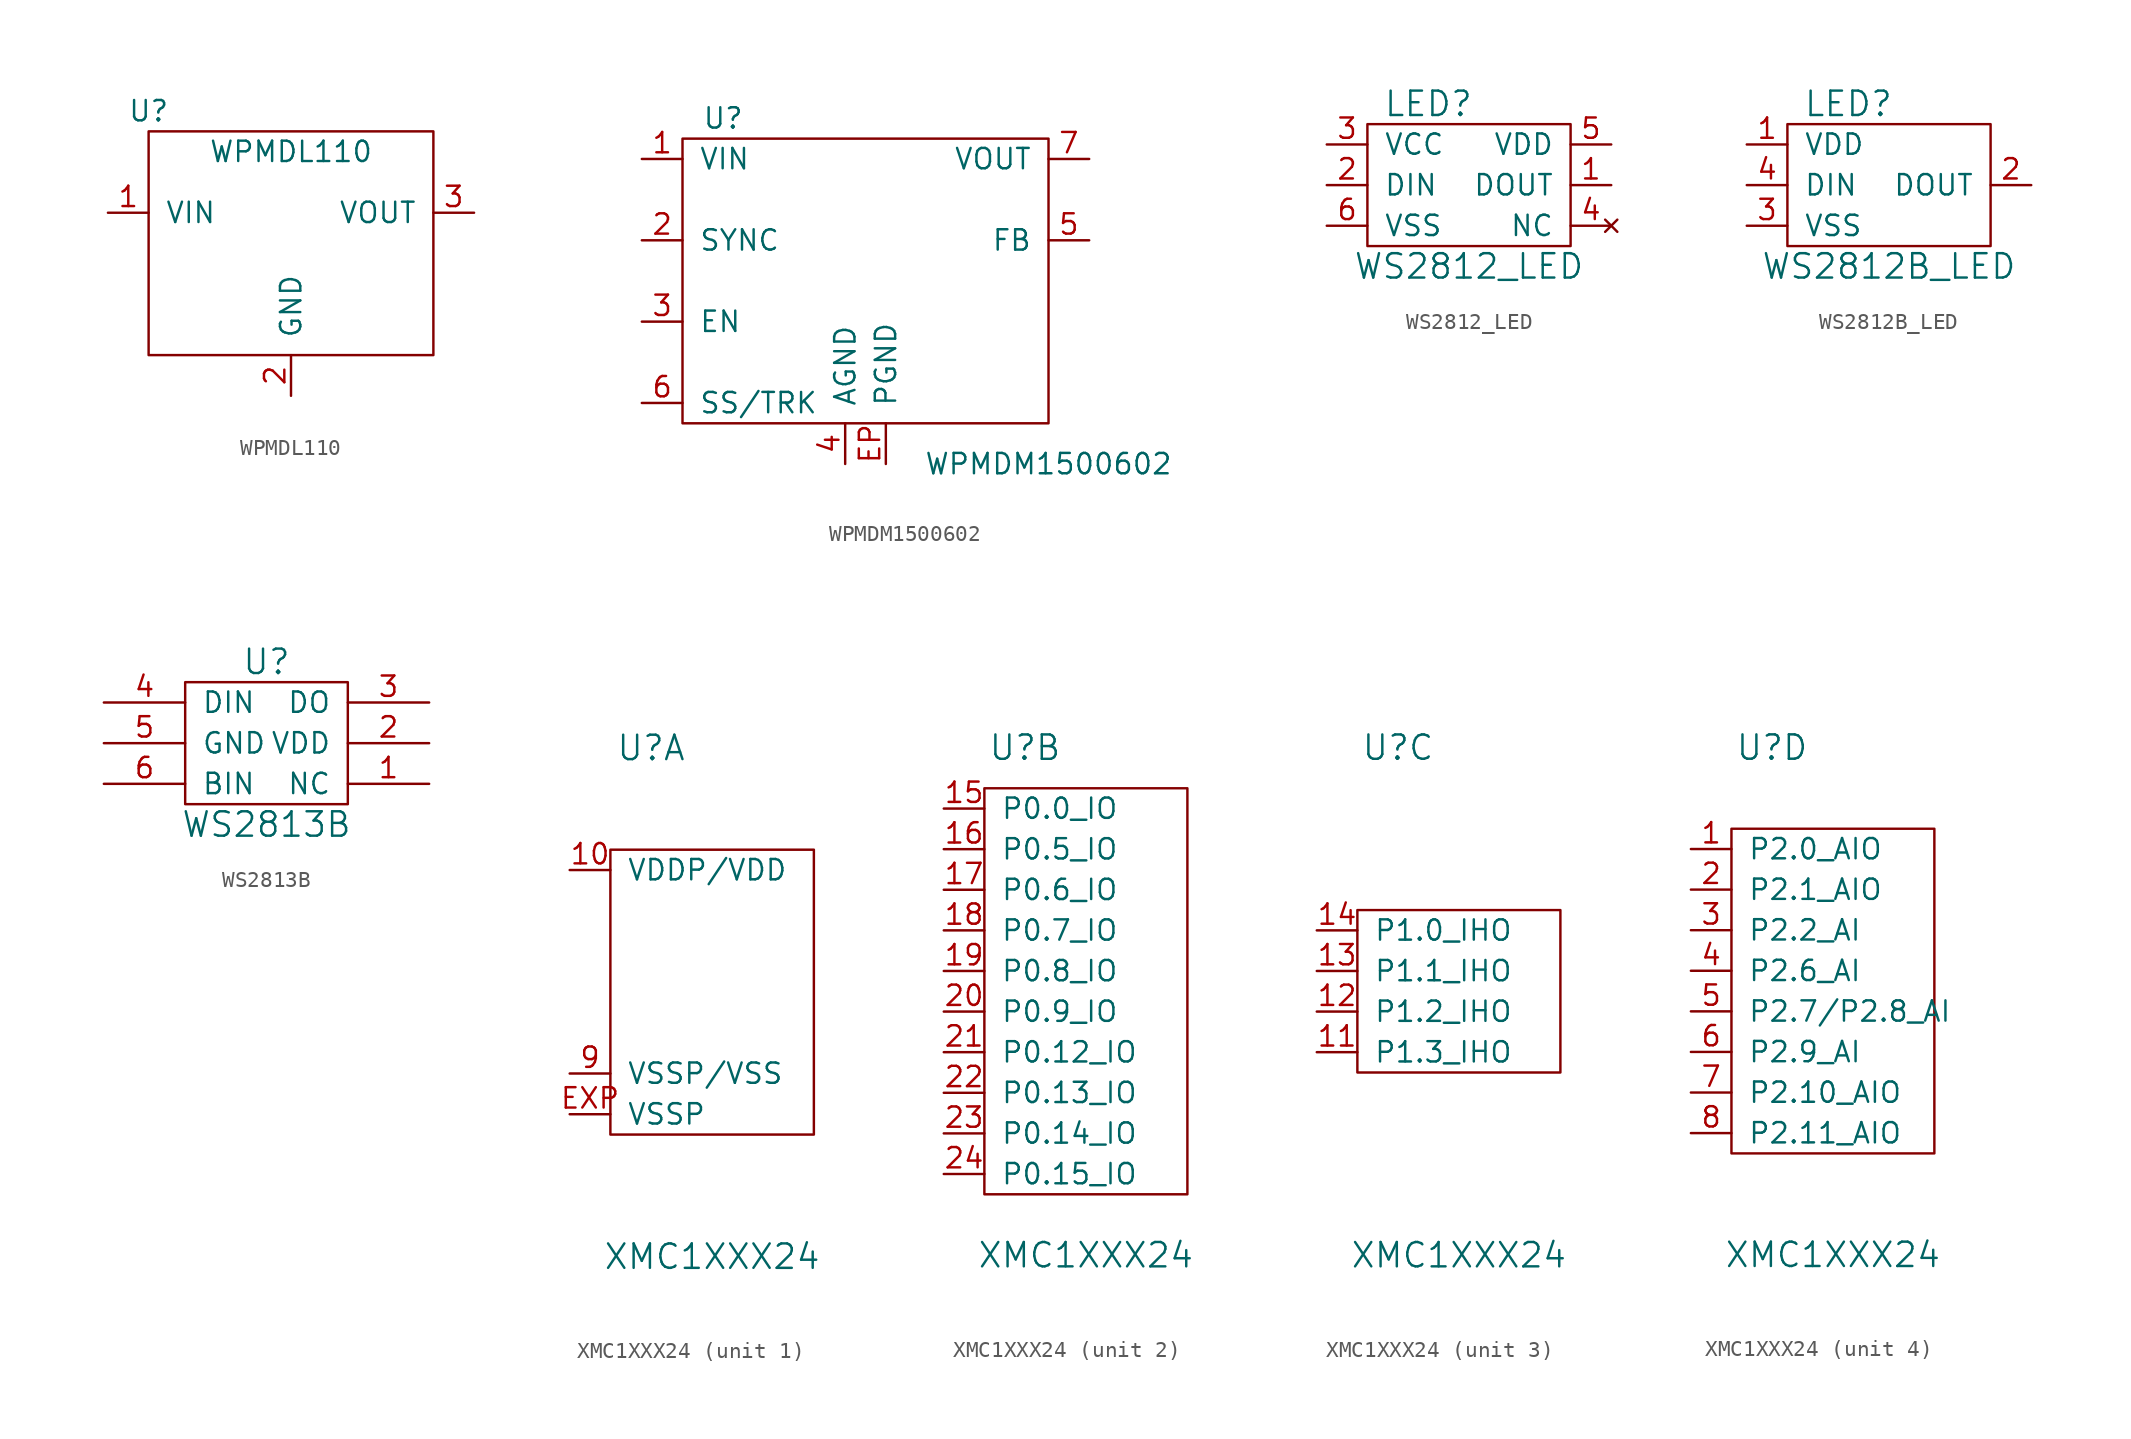
<source format=kicad_sym>
(kicad_symbol_lib
  (version 20211014)
  (generator kicad_symbol_editor)
  (symbol "WPMDL110"
    (pin_names
      (offset 1.016))
    (property "Reference" "U"
      (at -8.89 6.35 0)
      (effects (font (size 1.27 1.27))))
    (property "Value" "WPMDL110"
      (at 0 3.81 0)
      (effects (font (size 1.27 1.27))))
    (symbol "WPMDL110_0_1"
      (rectangle (start -8.89 5.08) (end 8.89 -8.89) (stroke (width 0) (type default) (color 0 0 0 0)) (fill (type none))))
    (symbol "WPMDL110_1_1"
      (pin input line (at -11.43 0 0) (length 2.54) (name "VIN" (effects (font (size 1.27 1.27)))) (number "1" (effects (font (size 1.27 1.27)))))
      (pin input line (at 0 -11.43 90) (length 2.54) (name "GND" (effects (font (size 1.27 1.27)))) (number "2" (effects (font (size 1.27 1.27)))))
      (pin input line (at 11.43 0 180) (length 2.54) (name "VOUT" (effects (font (size 1.27 1.27)))) (number "3" (effects (font (size 1.27 1.27)))))))
  (symbol "WPMDM1500602"
    (pin_names
      (offset 1.016))
    (property "Reference" "U"
      (at -8.89 10.16 0)
      (effects (font (size 1.27 1.27))))
    (property "Value" "WPMDM1500602"
      (at 11.43 -11.43 0)
      (effects (font (size 1.27 1.27))))
    (symbol "WPMDM1500602_0_1"
      (rectangle (start -11.43 8.89) (end 11.43 -8.89) (stroke (width 0) (type default) (color 0 0 0 0)) (fill (type none))))
    (symbol "WPMDM1500602_1_1"
      (pin passive line (at -13.97 7.62 0) (length 2.54) (name "VIN" (effects (font (size 1.27 1.27)))) (number "1" (effects (font (size 1.27 1.27)))))
      (pin passive line (at -13.97 2.54 0) (length 2.54) (name "SYNC" (effects (font (size 1.27 1.27)))) (number "2" (effects (font (size 1.27 1.27)))))
      (pin passive line (at -13.97 -2.54 0) (length 2.54) (name "EN" (effects (font (size 1.27 1.27)))) (number "3" (effects (font (size 1.27 1.27)))))
      (pin passive line (at -1.27 -11.43 90) (length 2.54) (name "AGND" (effects (font (size 1.27 1.27)))) (number "4" (effects (font (size 1.27 1.27)))))
      (pin passive line (at 13.97 2.54 180) (length 2.54) (name "FB" (effects (font (size 1.27 1.27)))) (number "5" (effects (font (size 1.27 1.27)))))
      (pin passive line (at -13.97 -7.62 0) (length 2.54) (name "SS/TRK" (effects (font (size 1.27 1.27)))) (number "6" (effects (font (size 1.27 1.27)))))
      (pin passive line (at 13.97 7.62 180) (length 2.54) (name "VOUT" (effects (font (size 1.27 1.27)))) (number "7" (effects (font (size 1.27 1.27)))))
      (pin passive line (at 1.27 -11.43 90) (length 2.54) (name "PGND" (effects (font (size 1.27 1.27)))) (number "EP" (effects (font (size 1.27 1.27)))))))
  (symbol "WS2812_LED"
    (pin_names
      (offset 1.016))
    (property "Reference" "LED"
      (at -2.54 5.08 0)
      (effects (font (size 1.524 1.524))))
    (property "Value" "WS2812_LED"
      (at 0 -5.08 0)
      (effects (font (size 1.524 1.524))))
    (property "Footprint" ""
      (at 0 0 0)
      (effects (font (size 1.524 1.524))))
    (property "Datasheet" ""
      (at 0 0 0)
      (effects (font (size 1.524 1.524))))
    (symbol "WS2812_LED_0_1"
      (rectangle (start -6.35 3.81) (end 6.35 -3.81) (stroke (width 0) (type default) (color 0 0 0 0)) (fill (type none))))
    (symbol "WS2812_LED_1_1"
      (pin input line (at 8.89 0 180) (length 2.54) (name "DOUT" (effects (font (size 1.27 1.27)))) (number "1" (effects (font (size 1.27 1.27)))))
      (pin input line (at -8.89 0 0) (length 2.54) (name "DIN" (effects (font (size 1.27 1.27)))) (number "2" (effects (font (size 1.27 1.27)))))
      (pin input line (at -8.89 2.54 0) (length 2.54) (name "VCC" (effects (font (size 1.27 1.27)))) (number "3" (effects (font (size 1.27 1.27)))))
      (pin no_connect line (at 8.89 -2.54 180) (length 2.54) (name "NC" (effects (font (size 1.27 1.27)))) (number "4" (effects (font (size 1.27 1.27)))))
      (pin input line (at 8.89 2.54 180) (length 2.54) (name "VDD" (effects (font (size 1.27 1.27)))) (number "5" (effects (font (size 1.27 1.27)))))
      (pin input line (at -8.89 -2.54 0) (length 2.54) (name "VSS" (effects (font (size 1.27 1.27)))) (number "6" (effects (font (size 1.27 1.27)))))))
  (symbol "WS2812B_LED"
    (pin_names
      (offset 1.016))
    (property "Reference" "LED"
      (at -2.54 5.08 0)
      (effects (font (size 1.524 1.524))))
    (property "Value" "WS2812B_LED"
      (at 0 -5.08 0)
      (effects (font (size 1.524 1.524))))
    (property "Footprint" ""
      (at 0 0 0)
      (effects (font (size 1.524 1.524))))
    (property "Datasheet" ""
      (at 0 0 0)
      (effects (font (size 1.524 1.524))))
    (symbol "WS2812B_LED_0_1"
      (rectangle (start -6.35 3.81) (end 6.35 -3.81) (stroke (width 0) (type default) (color 0 0 0 0)) (fill (type none))))
    (symbol "WS2812B_LED_1_1"
      (pin passive line (at -8.89 2.54 0) (length 2.54) (name "VDD" (effects (font (size 1.27 1.27)))) (number "1" (effects (font (size 1.27 1.27)))))
      (pin passive line (at 8.89 0 180) (length 2.54) (name "DOUT" (effects (font (size 1.27 1.27)))) (number "2" (effects (font (size 1.27 1.27)))))
      (pin passive line (at -8.89 -2.54 0) (length 2.54) (name "VSS" (effects (font (size 1.27 1.27)))) (number "3" (effects (font (size 1.27 1.27)))))
      (pin passive line (at -8.89 0 0) (length 2.54) (name "DIN" (effects (font (size 1.27 1.27)))) (number "4" (effects (font (size 1.27 1.27)))))))
  (symbol "WS2813B"
    (pin_names
      (offset 1.016))
    (property "Reference" "U"
      (at 0 5.08 0)
      (effects (font (size 1.524 1.524))))
    (property "Value" "WS2813B"
      (at 0 -5.08 0)
      (effects (font (size 1.524 1.524))))
    (symbol "WS2813B_0_1"
      (rectangle (start -5.08 3.81) (end 5.08 -3.81) (stroke (width 0) (type default) (color 0 0 0 0)) (fill (type none))))
    (symbol "WS2813B_1_1"
      (pin input line (at 10.16 -2.54 180) (length 5.08) (name "NC" (effects (font (size 1.27 1.27)))) (number "1" (effects (font (size 1.27 1.27)))))
      (pin input line (at 10.16 0 180) (length 5.08) (name "VDD" (effects (font (size 1.27 1.27)))) (number "2" (effects (font (size 1.27 1.27)))))
      (pin output line (at 10.16 2.54 180) (length 5.08) (name "DO" (effects (font (size 1.27 1.27)))) (number "3" (effects (font (size 1.27 1.27)))))
      (pin input line (at -10.16 2.54 0) (length 5.08) (name "DIN" (effects (font (size 1.27 1.27)))) (number "4" (effects (font (size 1.27 1.27)))))
      (pin input line (at -10.16 0 0) (length 5.08) (name "GND" (effects (font (size 1.27 1.27)))) (number "5" (effects (font (size 1.27 1.27)))))
      (pin input line (at -10.16 -2.54 0) (length 5.08) (name "BIN" (effects (font (size 1.27 1.27)))) (number "6" (effects (font (size 1.27 1.27)))))))
  (symbol "XMC1XXX24"
    (pin_names
      (offset 1.016))
    (property "Reference" "U"
      (at -3.81 15.24 0)
      (effects (font (size 1.524 1.524))))
    (property "Value" "XMC1XXX24"
      (at 0 -16.51 0)
      (effects (font (size 1.524 1.524))))
    (property "Footprint" ""
      (at 3.81 19.05 0)
      (effects (font (size 1.524 1.524))))
    (property "Datasheet" ""
      (at 3.81 19.05 0)
      (effects (font (size 1.524 1.524))))
    (symbol "XMC1XXX24_1_1"
      (rectangle (start -6.35 8.89) (end 6.35 -8.89) (stroke (width 0) (type default) (color 0 0 0 0)) (fill (type none)))
      (pin passive line (at -8.89 7.62 0) (length 2.54) (name "VDDP/VDD" (effects (font (size 1.27 1.27)))) (number "10" (effects (font (size 1.27 1.27)))))
      (pin passive line (at -8.89 -5.08 0) (length 2.54) (name "VSSP/VSS" (effects (font (size 1.27 1.27)))) (number "9" (effects (font (size 1.27 1.27)))))
      (pin passive line (at -8.89 -7.62 0) (length 2.54) (name "VSSP" (effects (font (size 1.27 1.27)))) (number "EXP" (effects (font (size 1.27 1.27))))))
    (symbol "XMC1XXX24_2_1"
      (rectangle (start -6.35 12.7) (end 6.35 -12.7) (stroke (width 0) (type default) (color 0 0 0 0)) (fill (type none)))
      (pin passive line (at -8.89 11.43 0) (length 2.54) (name "P0.0_IO" (effects (font (size 1.27 1.27)))) (number "15" (effects (font (size 1.27 1.27)))))
      (pin passive line (at -8.89 8.89 0) (length 2.54) (name "P0.5_IO" (effects (font (size 1.27 1.27)))) (number "16" (effects (font (size 1.27 1.27)))))
      (pin passive line (at -8.89 6.35 0) (length 2.54) (name "P0.6_IO" (effects (font (size 1.27 1.27)))) (number "17" (effects (font (size 1.27 1.27)))))
      (pin passive line (at -8.89 3.81 0) (length 2.54) (name "P0.7_IO" (effects (font (size 1.27 1.27)))) (number "18" (effects (font (size 1.27 1.27)))))
      (pin passive line (at -8.89 1.27 0) (length 2.54) (name "P0.8_IO" (effects (font (size 1.27 1.27)))) (number "19" (effects (font (size 1.27 1.27)))))
      (pin passive line (at -8.89 -1.27 0) (length 2.54) (name "P0.9_IO" (effects (font (size 1.27 1.27)))) (number "20" (effects (font (size 1.27 1.27)))))
      (pin passive line (at -8.89 -3.81 0) (length 2.54) (name "P0.12_IO" (effects (font (size 1.27 1.27)))) (number "21" (effects (font (size 1.27 1.27)))))
      (pin passive line (at -8.89 -6.35 0) (length 2.54) (name "P0.13_IO" (effects (font (size 1.27 1.27)))) (number "22" (effects (font (size 1.27 1.27)))))
      (pin passive line (at -8.89 -8.89 0) (length 2.54) (name "P0.14_IO" (effects (font (size 1.27 1.27)))) (number "23" (effects (font (size 1.27 1.27)))))
      (pin passive line (at -8.89 -11.43 0) (length 2.54) (name "P0.15_IO" (effects (font (size 1.27 1.27)))) (number "24" (effects (font (size 1.27 1.27))))))
    (symbol "XMC1XXX24_3_1"
      (rectangle (start -6.35 5.08) (end 6.35 -5.08) (stroke (width 0) (type default) (color 0 0 0 0)) (fill (type none)))
      (pin passive line (at -8.89 -3.81 0) (length 2.54) (name "P1.3_IHO" (effects (font (size 1.27 1.27)))) (number "11" (effects (font (size 1.27 1.27)))))
      (pin passive line (at -8.89 -1.27 0) (length 2.54) (name "P1.2_IHO" (effects (font (size 1.27 1.27)))) (number "12" (effects (font (size 1.27 1.27)))))
      (pin passive line (at -8.89 1.27 0) (length 2.54) (name "P1.1_IHO" (effects (font (size 1.27 1.27)))) (number "13" (effects (font (size 1.27 1.27)))))
      (pin passive line (at -8.89 3.81 0) (length 2.54) (name "P1.0_IHO" (effects (font (size 1.27 1.27)))) (number "14" (effects (font (size 1.27 1.27))))))
    (symbol "XMC1XXX24_4_1"
      (rectangle (start -6.35 10.16) (end 6.35 -10.16) (stroke (width 0) (type default) (color 0 0 0 0)) (fill (type none)))
      (pin passive line (at -8.89 8.89 0) (length 2.54) (name "P2.0_AIO" (effects (font (size 1.27 1.27)))) (number "1" (effects (font (size 1.27 1.27)))))
      (pin passive line (at -8.89 6.35 0) (length 2.54) (name "P2.1_AIO" (effects (font (size 1.27 1.27)))) (number "2" (effects (font (size 1.27 1.27)))))
      (pin passive line (at -8.89 3.81 0) (length 2.54) (name "P2.2_AI" (effects (font (size 1.27 1.27)))) (number "3" (effects (font (size 1.27 1.27)))))
      (pin passive line (at -8.89 1.27 0) (length 2.54) (name "P2.6_AI" (effects (font (size 1.27 1.27)))) (number "4" (effects (font (size 1.27 1.27)))))
      (pin passive line (at -8.89 -1.27 0) (length 2.54) (name "P2.7/P2.8_AI" (effects (font (size 1.27 1.27)))) (number "5" (effects (font (size 1.27 1.27)))))
      (pin passive line (at -8.89 -3.81 0) (length 2.54) (name "P2.9_AI" (effects (font (size 1.27 1.27)))) (number "6" (effects (font (size 1.27 1.27)))))
      (pin passive line (at -8.89 -6.35 0) (length 2.54) (name "P2.10_AIO" (effects (font (size 1.27 1.27)))) (number "7" (effects (font (size 1.27 1.27)))))
      (pin passive line (at -8.89 -8.89 0) (length 2.54) (name "P2.11_AIO" (effects (font (size 1.27 1.27)))) (number "8" (effects (font (size 1.27 1.27))))))))
</source>
